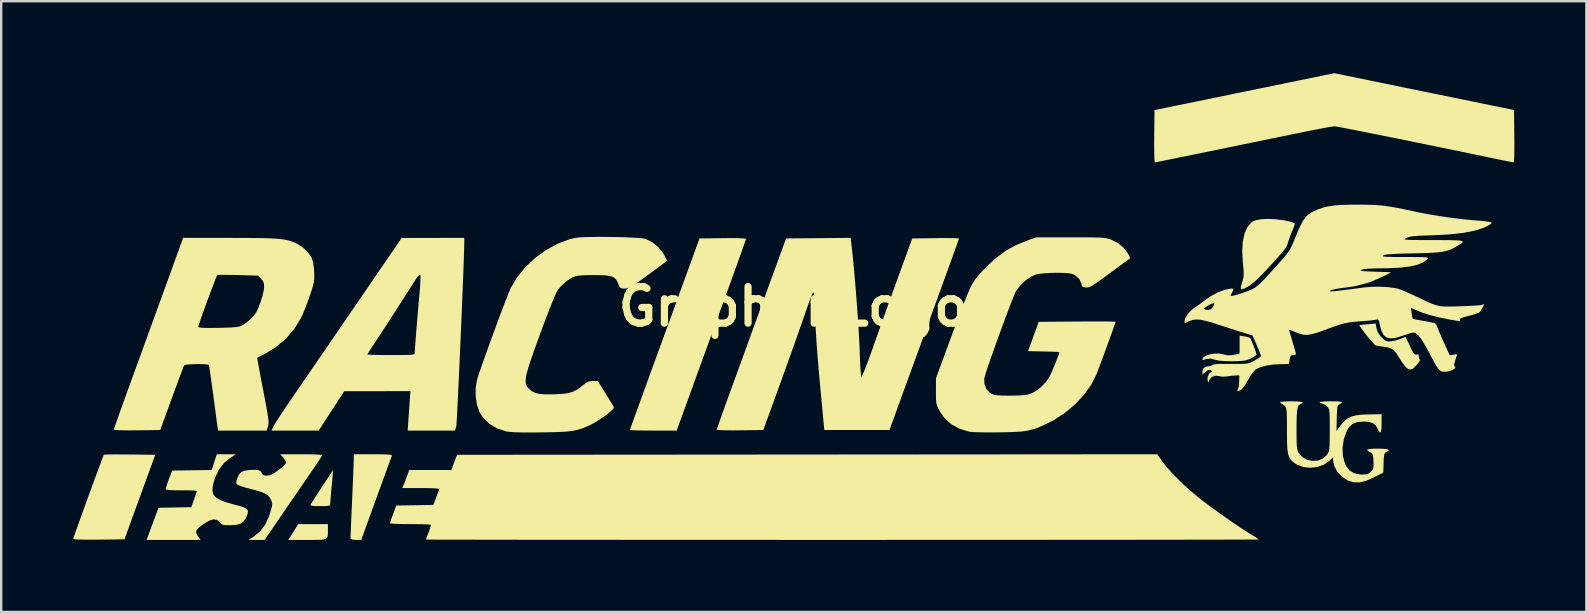
<source format=kicad_pcb>
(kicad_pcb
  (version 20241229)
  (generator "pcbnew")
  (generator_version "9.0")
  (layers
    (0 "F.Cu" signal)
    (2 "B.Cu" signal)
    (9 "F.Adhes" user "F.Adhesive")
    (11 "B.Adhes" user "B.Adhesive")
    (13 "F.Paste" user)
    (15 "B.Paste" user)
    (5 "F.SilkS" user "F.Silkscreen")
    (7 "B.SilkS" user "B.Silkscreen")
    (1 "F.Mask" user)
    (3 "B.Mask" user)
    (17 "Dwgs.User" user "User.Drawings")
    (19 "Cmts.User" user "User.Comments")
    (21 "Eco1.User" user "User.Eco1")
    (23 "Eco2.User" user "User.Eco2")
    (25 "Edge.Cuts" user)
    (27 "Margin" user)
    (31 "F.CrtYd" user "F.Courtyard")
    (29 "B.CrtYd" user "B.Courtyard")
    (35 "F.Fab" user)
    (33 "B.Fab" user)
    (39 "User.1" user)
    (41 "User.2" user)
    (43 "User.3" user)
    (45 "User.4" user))
  (footprint "GryphonLogo"
    (layer "F.Cu")
    (at 30.001 9.724)
    (property "Reference" "GryphonLogo" (at 0 0 0) (layer "F.SilkS") (effects (font (size 1.524 1.524) (thickness 0.3))))
    (attr board_only exclude_from_pos_files exclude_from_bom)
    (fp_poly (pts (xy -19.391 9.284) (xy -19.391 9.438) (xy -19.398 9.551) (xy -19.425 9.629) (xy -19.485 9.678) (xy -19.591 9.705) (xy -19.754 9.717) (xy -19.987 9.719) (xy -20.246 9.719) (xy -21.043 9.719) (xy -20.943 9.566) (xy -20.85 9.421) (xy -20.752 9.261) (xy -20.738 9.238) (xy -20.635 9.062) (xy -20.012 9.062) (xy -19.39 9.061)) (stroke (width 0) (type solid)) (fill yes) (layer "F.SilkS"))
    (fp_poly (pts (xy -19.18 6.868) (xy -19.189 6.992) (xy -19.204 7.175) (xy -19.225 7.4) (xy -19.231 7.465) (xy -19.253 7.708) (xy -19.272 7.924) (xy -19.286 8.094) (xy -19.293 8.194) (xy -19.293 8.205) (xy -19.3 8.254) (xy -19.328 8.286) (xy -19.395 8.302) (xy -19.52 8.309) (xy -19.721 8.31) (xy -19.721 8.31) (xy -19.925 8.308) (xy -20.048 8.299) (xy -20.106 8.281) (xy -20.112 8.253) (xy -20.109 8.246) (xy -20.054 8.157) (xy -19.964 8.015) (xy -19.85 7.838) (xy -19.721 7.639) (xy -19.587 7.433) (xy -19.457 7.235) (xy -19.342 7.06) (xy -19.251 6.923) (xy -19.194 6.839) (xy -19.178 6.82)) (stroke (width 0) (type solid)) (fill yes) (layer "F.SilkS"))
    (fp_poly (pts (xy -27.799 6.16) (xy -27.642 6.161) (xy -26.584 6.174) (xy -27.225 7.935) (xy -27.866 9.695) (xy -28.934 9.708) (xy -29.267 9.71) (xy -29.55 9.708) (xy -29.772 9.703) (xy -29.925 9.694) (xy -29.997 9.682) (xy -30.001 9.677) (xy -29.986 9.625) (xy -29.942 9.496) (xy -29.874 9.303) (xy -29.786 9.056) (xy -29.683 8.769) (xy -29.568 8.452) (xy -29.446 8.116) (xy -29.322 7.774) (xy -29.198 7.437) (xy -29.081 7.117) (xy -28.973 6.825) (xy -28.879 6.573) (xy -28.803 6.373) (xy -28.75 6.236) (xy -28.724 6.173) (xy -28.723 6.171) (xy -28.671 6.165) (xy -28.54 6.161) (xy -28.341 6.158) (xy -28.09 6.158)) (stroke (width 0) (type solid)) (fill yes) (layer "F.SilkS"))
    (fp_poly (pts (xy -17.203 6.152) (xy -16.983 6.157) (xy -16.837 6.166) (xy -16.754 6.181) (xy -16.726 6.201) (xy -16.726 6.209) (xy -16.747 6.265) (xy -16.796 6.399) (xy -16.869 6.602) (xy -16.964 6.863) (xy -17.077 7.174) (xy -17.204 7.522) (xy -17.341 7.9) (xy -17.375 7.993) (xy -18.001 9.719) (xy -18.226 9.719) (xy -18.382 9.707) (xy -18.448 9.672) (xy -18.451 9.66) (xy -18.448 9.6) (xy -18.442 9.459) (xy -18.433 9.246) (xy -18.422 8.974) (xy -18.408 8.654) (xy -18.392 8.298) (xy -18.381 8.052) (xy -18.365 7.672) (xy -18.349 7.314) (xy -18.336 6.993) (xy -18.325 6.719) (xy -18.317 6.507) (xy -18.312 6.369) (xy -18.312 6.327) (xy -18.311 6.15) (xy -17.507 6.15)) (stroke (width 0) (type solid)) (fill yes) (layer "F.SilkS"))
    (fp_poly (pts (xy 18.792 1.241) (xy 18.923 1.268) (xy 19.012 1.298) (xy 19.026 1.307) (xy 19.062 1.37) (xy 19.117 1.492) (xy 19.179 1.644) (xy 19.237 1.799) (xy 19.28 1.926) (xy 19.296 1.996) (xy 19.257 2.044) (xy 19.156 2.111) (xy 19.061 2.16) (xy 18.943 2.21) (xy 18.824 2.242) (xy 18.682 2.261) (xy 18.49 2.271) (xy 18.28 2.274) (xy 17.999 2.27) (xy 17.776 2.254) (xy 17.626 2.229) (xy 17.594 2.218) (xy 17.378 2.164) (xy 17.185 2.186) (xy 17.134 2.208) (xy 17.063 2.233) (xy 17.043 2.192) (xy 17.043 2.186) (xy 17.086 2.107) (xy 17.2 2.039) (xy 17.361 1.988) (xy 17.548 1.958) (xy 17.736 1.955) (xy 17.903 1.984) (xy 17.918 1.989) (xy 18.077 2.029) (xy 18.242 2.025) (xy 18.349 2.008) (xy 18.592 1.959) (xy 18.592 1.209)) (stroke (width 0) (type solid)) (fill yes) (layer "F.SilkS"))
    (fp_poly (pts (xy 20.069 -3.642) (xy 20.396 -3.602) (xy 20.442 -3.594) (xy 20.678 -3.545) (xy 20.829 -3.5) (xy 20.891 -3.459) (xy 20.893 -3.452) (xy 20.875 -3.379) (xy 20.828 -3.252) (xy 20.779 -3.135) (xy 20.704 -2.952) (xy 20.638 -2.765) (xy 20.61 -2.674) (xy 20.588 -2.599) (xy 20.56 -2.529) (xy 20.517 -2.454) (xy 20.453 -2.363) (xy 20.358 -2.248) (xy 20.226 -2.097) (xy 20.049 -1.9) (xy 19.818 -1.649) (xy 19.721 -1.545) (xy 19.433 -1.243) (xy 19.196 -1.02) (xy 19.01 -0.874) (xy 18.947 -0.836) (xy 18.777 -0.749) (xy 18.677 -0.716) (xy 18.638 -0.744) (xy 18.648 -0.84) (xy 18.694 -0.998) (xy 18.733 -1.133) (xy 18.756 -1.249) (xy 18.764 -1.372) (xy 18.758 -1.529) (xy 18.738 -1.744) (xy 18.728 -1.836) (xy 18.701 -2.305) (xy 18.726 -2.712) (xy 18.8 -3.054) (xy 18.924 -3.324) (xy 19.095 -3.519) (xy 19.113 -3.533) (xy 19.263 -3.599) (xy 19.484 -3.64) (xy 19.759 -3.655)) (stroke (width 0) (type solid)) (fill yes) (layer "F.SilkS"))
    (fp_poly (pts (xy -2.322 -2.853) (xy -2.122 -2.845) (xy -2.003 -2.833) (xy -1.972 -2.82) (xy -1.988 -2.769) (xy -2.033 -2.637) (xy -2.104 -2.434) (xy -2.199 -2.166) (xy -2.315 -1.843) (xy -2.448 -1.473) (xy -2.597 -1.062) (xy -2.757 -0.621) (xy -2.867 -0.319) (xy -3.056 0.201) (xy -3.255 0.746) (xy -3.456 1.3) (xy -3.654 1.845) (xy -3.844 2.368) (xy -4.02 2.85) (xy -4.175 3.278) (xy -4.304 3.633) (xy -4.31 3.65) (xy -4.859 5.164) (xy -5.834 5.164) (xy -6.125 5.163) (xy -6.381 5.16) (xy -6.589 5.155) (xy -6.734 5.149) (xy -6.804 5.142) (xy -6.808 5.139) (xy -6.792 5.092) (xy -6.747 4.964) (xy -6.675 4.764) (xy -6.58 4.499) (xy -6.464 4.177) (xy -6.329 3.806) (xy -6.18 3.394) (xy -6.017 2.949) (xy -5.87 2.545) (xy -5.679 2.021) (xy -5.481 1.479) (xy -5.282 0.933) (xy -5.087 0.398) (xy -4.902 -0.111) (xy -4.731 -0.581) (xy -4.58 -0.995) (xy -4.454 -1.341) (xy -4.421 -1.432) (xy -3.909 -2.84) (xy -2.941 -2.853) (xy -2.597 -2.856)) (stroke (width 0) (type solid)) (fill yes) (layer "F.SilkS"))
    (fp_poly (pts (xy 24.292 0.9) (xy 24.349 1.073) (xy 24.47 1.239) (xy 24.511 1.281) (xy 24.623 1.388) (xy 24.709 1.44) (xy 24.805 1.452) (xy 24.923 1.442) (xy 25.103 1.407) (xy 25.277 1.352) (xy 25.321 1.333) (xy 25.432 1.286) (xy 25.5 1.269) (xy 25.509 1.271) (xy 25.534 1.32) (xy 25.59 1.433) (xy 25.664 1.59) (xy 25.696 1.658) (xy 25.783 1.837) (xy 25.846 1.944) (xy 25.896 1.993) (xy 25.946 2) (xy 25.963 1.996) (xy 26.033 1.989) (xy 26.056 2.048) (xy 26.057 2.086) (xy 26.074 2.176) (xy 26.107 2.207) (xy 26.106 2.239) (xy 26.054 2.322) (xy 25.979 2.418) (xy 25.851 2.555) (xy 25.747 2.617) (xy 25.649 2.611) (xy 25.558 2.561) (xy 25.488 2.489) (xy 25.391 2.361) (xy 25.284 2.2) (xy 25.258 2.158) (xy 25.13 1.957) (xy 25.02 1.824) (xy 24.906 1.743) (xy 24.766 1.698) (xy 24.594 1.672) (xy 24.434 1.652) (xy 24.306 1.629) (xy 24.255 1.615) (xy 24.206 1.573) (xy 24.119 1.478) (xy 24.007 1.347) (xy 23.885 1.198) (xy 23.768 1.049) (xy 23.668 0.917) (xy 23.6 0.82) (xy 23.579 0.775) (xy 23.58 0.774) (xy 23.629 0.765) (xy 23.748 0.752) (xy 23.91 0.736) (xy 23.927 0.734) (xy 24.261 0.705)) (stroke (width 0) (type solid)) (fill yes) (layer "F.SilkS"))
    (fp_poly (pts (xy -23.432 6.284) (xy -23.714 6.509) (xy -23.931 6.79) (xy -24.094 7.141) (xy -24.111 7.19) (xy -24.183 7.446) (xy -24.203 7.651) (xy -24.165 7.814) (xy -24.062 7.946) (xy -23.886 8.056) (xy -23.63 8.153) (xy -23.321 8.239) (xy -23.059 8.308) (xy -22.878 8.369) (xy -22.769 8.432) (xy -22.722 8.507) (xy -22.728 8.605) (xy -22.775 8.736) (xy -22.799 8.79) (xy -22.892 8.941) (xy -23.022 9.039) (xy -23.205 9.092) (xy -23.459 9.108) (xy -23.469 9.108) (xy -23.646 9.105) (xy -23.757 9.09) (xy -23.828 9.054) (xy -23.889 8.991) (xy -23.897 8.982) (xy -24.013 8.885) (xy -24.156 8.863) (xy -24.334 8.917) (xy -24.554 9.048) (xy -24.616 9.092) (xy -24.775 9.217) (xy -24.862 9.313) (xy -24.882 9.402) (xy -24.844 9.502) (xy -24.785 9.59) (xy -24.693 9.719) (xy -26.943 9.719) (xy -26.809 9.355) (xy -26.727 9.131) (xy -26.638 8.891) (xy -26.562 8.687) (xy -26.562 8.686) (xy -26.447 8.381) (xy -25.079 8.355) (xy -24.986 8.086) (xy -24.931 7.927) (xy -24.883 7.795) (xy -24.86 7.735) (xy -24.853 7.703) (xy -24.873 7.68) (xy -24.933 7.666) (xy -25.046 7.657) (xy -25.226 7.654) (xy -25.487 7.653) (xy -25.489 7.653) (xy -25.766 7.651) (xy -25.96 7.644) (xy -26.081 7.631) (xy -26.139 7.611) (xy -26.148 7.594) (xy -26.131 7.525) (xy -26.089 7.393) (xy -26.029 7.225) (xy -26.014 7.183) (xy -25.881 6.831) (xy -24.231 6.806) (xy -24.02 6.15) (xy -23.222 6.15)) (stroke (width 0) (type solid)) (fill yes) (layer "F.SilkS"))
    (fp_poly (pts (xy -20.223 6.152) (xy -19.984 6.157) (xy -19.795 6.165) (xy -19.67 6.175) (xy -19.625 6.186) (xy -19.625 6.186) (xy -19.651 6.233) (xy -19.722 6.346) (xy -19.833 6.514) (xy -19.975 6.725) (xy -20.14 6.968) (xy -20.247 7.124) (xy -20.447 7.414) (xy -20.649 7.709) (xy -20.842 7.989) (xy -21.011 8.236) (xy -21.144 8.43) (xy -21.174 8.474) (xy -21.335 8.709) (xy -21.512 8.968) (xy -21.678 9.211) (xy -21.753 9.32) (xy -22.025 9.719) (xy -22.688 9.719) (xy -22.461 9.566) (xy -22.208 9.356) (xy -22.011 9.096) (xy -21.857 8.77) (xy -21.806 8.619) (xy -21.748 8.427) (xy -21.717 8.298) (xy -21.712 8.206) (xy -21.73 8.125) (xy -21.754 8.062) (xy -21.815 7.948) (xy -21.9 7.857) (xy -22.026 7.78) (xy -22.207 7.709) (xy -22.459 7.636) (xy -22.593 7.601) (xy -22.807 7.544) (xy -22.989 7.488) (xy -23.119 7.439) (xy -23.174 7.409) (xy -23.207 7.35) (xy -23.2 7.261) (xy -23.17 7.165) (xy -23.099 7.001) (xy -23.01 6.899) (xy -22.878 6.84) (xy -22.679 6.81) (xy -22.653 6.808) (xy -22.426 6.798) (xy -22.275 6.816) (xy -22.183 6.867) (xy -22.138 6.946) (xy -22.092 7.014) (xy -21.995 7.04) (xy -21.934 7.042) (xy -21.818 7.026) (xy -21.69 6.971) (xy -21.526 6.866) (xy -21.444 6.807) (xy -21.299 6.692) (xy -21.189 6.591) (xy -21.132 6.52) (xy -21.128 6.506) (xy -21.156 6.43) (xy -21.227 6.323) (xy -21.249 6.295) (xy -21.371 6.15) (xy -20.498 6.15)) (stroke (width 0) (type solid)) (fill yes) (layer "F.SilkS"))
    (fp_poly (pts (xy 24.051 -9.414) (xy 24.479 -9.326) (xy 24.933 -9.233) (xy 25.392 -9.139) (xy 25.831 -9.05) (xy 26.227 -8.969) (xy 26.558 -8.901) (xy 26.597 -8.893) (xy 26.958 -8.819) (xy 27.379 -8.733) (xy 27.831 -8.64) (xy 28.282 -8.548) (xy 28.701 -8.462) (xy 28.827 -8.436) (xy 30.025 -8.19) (xy 30.037 -7.1) (xy 30.039 -6.765) (xy 30.038 -6.479) (xy 30.032 -6.252) (xy 30.024 -6.094) (xy 30.012 -6.016) (xy 30.007 -6.01) (xy 29.95 -6.019) (xy 29.815 -6.045) (xy 29.617 -6.084) (xy 29.368 -6.135) (xy 29.083 -6.194) (xy 28.961 -6.219) (xy 28.381 -6.34) (xy 27.79 -6.463) (xy 27.197 -6.585) (xy 26.608 -6.706) (xy 26.032 -6.824) (xy 25.475 -6.937) (xy 24.944 -7.045) (xy 24.448 -7.145) (xy 23.993 -7.236) (xy 23.587 -7.317) (xy 23.237 -7.386) (xy 22.951 -7.441) (xy 22.736 -7.481) (xy 22.599 -7.506) (xy 22.551 -7.512) (xy 22.467 -7.503) (xy 22.31 -7.478) (xy 22.095 -7.44) (xy 21.842 -7.392) (xy 21.628 -7.349) (xy 21.471 -7.318) (xy 21.311 -7.285) (xy 21.14 -7.25) (xy 20.952 -7.212) (xy 20.741 -7.169) (xy 20.499 -7.119) (xy 20.22 -7.062) (xy 19.898 -6.996) (xy 19.525 -6.92) (xy 19.096 -6.831) (xy 18.602 -6.73) (xy 18.039 -6.614) (xy 17.398 -6.482) (xy 16.674 -6.334) (xy 16.482 -6.294) (xy 16.133 -6.223) (xy 15.815 -6.158) (xy 15.537 -6.102) (xy 15.313 -6.057) (xy 15.153 -6.026) (xy 15.07 -6.011) (xy 15.061 -6.01) (xy 15.05 -6.054) (xy 15.042 -6.18) (xy 15.036 -6.373) (xy 15.033 -6.622) (xy 15.033 -6.911) (xy 15.035 -7.099) (xy 15.048 -8.188) (xy 15.658 -8.313) (xy 15.81 -8.344) (xy 16.044 -8.392) (xy 16.351 -8.455) (xy 16.722 -8.531) (xy 17.146 -8.618) (xy 17.615 -8.714) (xy 18.118 -8.818) (xy 18.647 -8.926) (xy 19.192 -9.038) (xy 19.403 -9.081) (xy 22.537 -9.724)) (stroke (width 0) (type solid)) (fill yes) (layer "F.SilkS"))
    (fp_poly (pts (xy -13.708 -2.735) (xy -13.709 -2.615) (xy -13.714 -2.415) (xy -13.722 -2.144) (xy -13.734 -1.811) (xy -13.748 -1.424) (xy -13.765 -0.992) (xy -13.784 -0.524) (xy -13.804 -0.028) (xy -13.825 0.486) (xy -13.848 1.011) (xy -13.871 1.538) (xy -13.894 2.058) (xy -13.916 2.562) (xy -13.938 3.041) (xy -13.959 3.488) (xy -13.979 3.893) (xy -13.997 4.247) (xy -14.012 4.543) (xy -14.025 4.77) (xy -14.036 4.922) (xy -14.043 4.988) (xy -14.043 4.988) (xy -14.089 5.165) (xy -16.067 5.165) (xy -16.037 4.73) (xy -16.019 4.474) (xy -16 4.194) (xy -15.982 3.944) (xy -15.98 3.909) (xy -15.952 3.521) (xy -18.71 3.525) (xy -19.243 4.345) (xy -19.776 5.165) (xy -21.739 5.165) (xy -21.674 5.012) (xy -21.631 4.935) (xy -21.542 4.793) (xy -21.414 4.595) (xy -21.255 4.354) (xy -21.07 4.079) (xy -20.868 3.783) (xy -20.802 3.686) (xy -20.632 3.438) (xy -20.416 3.123) (xy -20.161 2.752) (xy -19.875 2.334) (xy -19.641 1.994) (xy -17.747 1.994) (xy -17.702 2.001) (xy -17.578 2.008) (xy -17.386 2.013) (xy -17.142 2.017) (xy -16.859 2.019) (xy -16.761 2.019) (xy -16.432 2.018) (xy -16.185 2.016) (xy -16.008 2.011) (xy -15.89 2.002) (xy -15.82 1.989) (xy -15.786 1.97) (xy -15.775 1.945) (xy -15.775 1.939) (xy -15.771 1.861) (xy -15.761 1.704) (xy -15.744 1.483) (xy -15.723 1.211) (xy -15.698 0.904) (xy -15.671 0.575) (xy -15.643 0.24) (xy -15.615 -0.088) (xy -15.588 -0.393) (xy -15.568 -0.61) (xy -15.549 -0.855) (xy -15.537 -1.066) (xy -15.533 -1.226) (xy -15.537 -1.318) (xy -15.542 -1.331) (xy -15.584 -1.316) (xy -15.656 -1.237) (xy -15.74 -1.12) (xy -15.812 -1.007) (xy -15.925 -0.831) (xy -16.07 -0.605) (xy -16.236 -0.346) (xy -16.414 -0.068) (xy -16.503 0.07) (xy -16.696 0.371) (xy -16.894 0.677) (xy -17.084 0.97) (xy -17.254 1.23) (xy -17.39 1.436) (xy -17.426 1.489) (xy -17.549 1.675) (xy -17.65 1.831) (xy -17.72 1.943) (xy -17.747 1.993) (xy -17.747 1.994) (xy -19.641 1.994) (xy -19.564 1.881) (xy -19.236 1.403) (xy -18.898 0.909) (xy -18.556 0.411) (xy -18.219 -0.081) (xy -18.155 -0.175) (xy -16.315 -2.861) (xy -13.709 -2.864)) (stroke (width 0) (type solid)) (fill yes) (layer "F.SilkS"))
    (fp_poly (pts (xy 15.375 6.457) (xy 15.569 6.701) (xy 15.823 6.982) (xy 16.121 7.283) (xy 16.448 7.587) (xy 16.786 7.878) (xy 16.855 7.934) (xy 17.081 8.111) (xy 17.361 8.32) (xy 17.676 8.549) (xy 18.009 8.785) (xy 18.338 9.013) (xy 18.646 9.221) (xy 18.913 9.395) (xy 19.073 9.494) (xy 19.222 9.585) (xy 19.334 9.656) (xy 19.388 9.697) (xy 19.39 9.701) (xy 19.344 9.702) (xy 19.207 9.703) (xy 18.983 9.704) (xy 18.674 9.706) (xy 18.285 9.707) (xy 17.818 9.708) (xy 17.277 9.709) (xy 16.665 9.71) (xy 15.985 9.711) (xy 15.24 9.712) (xy 14.435 9.713) (xy 13.571 9.714) (xy 12.653 9.715) (xy 11.684 9.716) (xy 10.666 9.716) (xy 9.603 9.717) (xy 8.499 9.717) (xy 7.357 9.718) (xy 6.18 9.718) (xy 4.97 9.718) (xy 3.733 9.719) (xy 2.47 9.719) (xy 2.042 9.719) (xy 0.772 9.719) (xy -0.475 9.719) (xy -1.694 9.718) (xy -2.882 9.718) (xy -4.037 9.718) (xy -5.154 9.717) (xy -6.231 9.717) (xy -7.264 9.716) (xy -8.25 9.716) (xy -9.186 9.715) (xy -10.068 9.715) (xy -10.893 9.714) (xy -11.658 9.713) (xy -12.36 9.712) (xy -12.995 9.711) (xy -13.56 9.71) (xy -14.052 9.71) (xy -14.468 9.709) (xy -14.804 9.708) (xy -15.057 9.707) (xy -15.223 9.706) (xy -15.301 9.704) (xy -15.306 9.704) (xy -15.29 9.656) (xy -15.249 9.546) (xy -15.193 9.402) (xy -15.139 9.252) (xy -15.109 9.139) (xy -15.107 9.088) (xy -15.16 9.079) (xy -15.292 9.072) (xy -15.487 9.066) (xy -15.729 9.062) (xy -15.971 9.061) (xy -16.239 9.059) (xy -16.472 9.054) (xy -16.653 9.046) (xy -16.77 9.036) (xy -16.806 9.026) (xy -16.789 8.968) (xy -16.748 8.846) (xy -16.69 8.683) (xy -16.673 8.639) (xy -16.543 8.287) (xy -15.768 8.274) (xy -14.994 8.261) (xy -14.88 7.947) (xy -14.821 7.787) (xy -14.775 7.662) (xy -14.751 7.597) (xy -14.75 7.596) (xy -14.789 7.584) (xy -14.907 7.573) (xy -15.089 7.565) (xy -15.319 7.56) (xy -15.511 7.559) (xy -16.287 7.559) (xy -16.226 7.406) (xy -16.173 7.267) (xy -16.108 7.096) (xy -16.084 7.031) (xy -16.002 6.808) (xy -14.247 6.808) (xy -14.13 6.491) (xy -14.012 6.174) (xy 15.157 6.15)) (stroke (width 0) (type solid)) (fill yes) (layer "F.SilkS"))
    (fp_poly (pts (xy 2.414 -2.642) (xy 2.45 -2.338) (xy 2.489 -1.959) (xy 2.53 -1.522) (xy 2.572 -1.044) (xy 2.613 -0.544) (xy 2.652 -0.04) (xy 2.687 0.451) (xy 2.717 0.911) (xy 2.741 1.321) (xy 2.758 1.665) (xy 2.762 1.796) (xy 2.774 2.155) (xy 2.788 2.455) (xy 2.803 2.688) (xy 2.82 2.845) (xy 2.836 2.919) (xy 2.84 2.923) (xy 2.867 2.883) (xy 2.92 2.766) (xy 2.995 2.581) (xy 3.087 2.34) (xy 3.193 2.054) (xy 3.308 1.734) (xy 3.34 1.643) (xy 3.472 1.267) (xy 3.629 0.826) (xy 3.8 0.345) (xy 3.978 -0.153) (xy 4.155 -0.643) (xy 4.321 -1.102) (xy 4.373 -1.244) (xy 4.953 -2.84) (xy 5.927 -2.853) (xy 6.218 -2.856) (xy 6.475 -2.855) (xy 6.683 -2.853) (xy 6.828 -2.848) (xy 6.898 -2.841) (xy 6.902 -2.838) (xy 6.886 -2.791) (xy 6.841 -2.662) (xy 6.769 -2.46) (xy 6.672 -2.192) (xy 6.554 -1.865) (xy 6.418 -1.486) (xy 6.264 -1.064) (xy 6.098 -0.604) (xy 5.92 -0.115) (xy 5.838 0.109) (xy 5.643 0.645) (xy 5.447 1.184) (xy 5.254 1.713) (xy 5.068 2.222) (xy 4.895 2.7) (xy 4.736 3.135) (xy 4.597 3.516) (xy 4.482 3.832) (xy 4.395 4.072) (xy 4.39 4.085) (xy 4.006 5.141) (xy 1.291 5.141) (xy 1.188 4.061) (xy 1.127 3.41) (xy 1.075 2.841) (xy 1.032 2.341) (xy 0.996 1.898) (xy 0.967 1.5) (xy 0.944 1.137) (xy 0.926 0.794) (xy 0.912 0.461) (xy 0.907 0.316) (xy 0.895 -0.004) (xy 0.88 -0.263) (xy 0.864 -0.455) (xy 0.847 -0.569) (xy 0.832 -0.598) (xy 0.802 -0.551) (xy 0.749 -0.43) (xy 0.68 -0.251) (xy 0.6 -0.03) (xy 0.556 0.096) (xy 0.448 0.411) (xy 0.31 0.805) (xy 0.147 1.269) (xy -0.04 1.794) (xy -0.247 2.371) (xy -0.47 2.991) (xy -0.706 3.644) (xy -0.883 4.132) (xy -1.25 5.141) (xy -2.221 5.154) (xy -2.512 5.156) (xy -2.768 5.154) (xy -2.975 5.149) (xy -3.12 5.141) (xy -3.189 5.13) (xy -3.193 5.127) (xy -3.187 5.105) (xy -3.169 5.049) (xy -3.136 4.957) (xy -3.089 4.823) (xy -3.026 4.646) (xy -2.945 4.421) (xy -2.846 4.144) (xy -2.726 3.813) (xy -2.585 3.424) (xy -2.421 2.973) (xy -2.234 2.457) (xy -2.021 1.872) (xy -1.782 1.215) (xy -1.515 0.483) (xy -1.219 -0.329) (xy -0.893 -1.223) (xy -0.689 -1.784) (xy -0.303 -2.84) (xy 2.385 -2.865)) (stroke (width 0) (type solid)) (fill yes) (layer "F.SilkS"))
    (fp_poly (pts (xy -7.816 -2.904) (xy -7.474 -2.9) (xy -7.139 -2.892) (xy -6.827 -2.881) (xy -6.554 -2.866) (xy -6.335 -2.849) (xy -6.186 -2.829) (xy -6.142 -2.818) (xy -5.879 -2.683) (xy -5.634 -2.485) (xy -5.44 -2.251) (xy -5.39 -2.166) (xy -5.259 -1.915) (xy -5.378 -1.821) (xy -5.455 -1.762) (xy -5.593 -1.66) (xy -5.776 -1.525) (xy -5.989 -1.368) (xy -6.165 -1.24) (xy -6.412 -1.061) (xy -6.598 -0.932) (xy -6.737 -0.844) (xy -6.842 -0.79) (xy -6.927 -0.762) (xy -7.005 -0.753) (xy -7.024 -0.752) (xy -7.145 -0.758) (xy -7.215 -0.792) (xy -7.265 -0.879) (xy -7.294 -0.952) (xy -7.352 -1.081) (xy -7.423 -1.175) (xy -7.52 -1.24) (xy -7.66 -1.282) (xy -7.855 -1.304) (xy -8.122 -1.313) (xy -8.317 -1.314) (xy -8.602 -1.311) (xy -8.812 -1.303) (xy -8.965 -1.288) (xy -9.081 -1.263) (xy -9.177 -1.228) (xy -9.182 -1.226) (xy -9.453 -1.06) (xy -9.702 -0.829) (xy -9.828 -0.668) (xy -9.873 -0.583) (xy -9.945 -0.421) (xy -10.04 -0.193) (xy -10.153 0.09) (xy -10.279 0.416) (xy -10.414 0.774) (xy -10.546 1.129) (xy -10.72 1.607) (xy -10.862 2.005) (xy -10.974 2.333) (xy -11.057 2.599) (xy -11.114 2.811) (xy -11.145 2.979) (xy -11.154 3.111) (xy -11.141 3.215) (xy -11.108 3.3) (xy -11.057 3.375) (xy -11.012 3.426) (xy -10.894 3.525) (xy -10.753 3.594) (xy -10.572 3.636) (xy -10.335 3.655) (xy -10.025 3.655) (xy -9.93 3.652) (xy -9.625 3.635) (xy -9.39 3.605) (xy -9.202 3.554) (xy -9.037 3.476) (xy -8.872 3.361) (xy -8.78 3.287) (xy -8.636 3.176) (xy -8.519 3.119) (xy -8.394 3.1) (xy -8.35 3.099) (xy -8.145 3.099) (xy -7.817 3.624) (xy -7.693 3.824) (xy -7.589 3.998) (xy -7.513 4.128) (xy -7.476 4.199) (xy -7.475 4.204) (xy -7.503 4.261) (xy -7.597 4.353) (xy -7.737 4.469) (xy -7.909 4.596) (xy -8.095 4.722) (xy -8.28 4.835) (xy -8.446 4.923) (xy -8.451 4.925) (xy -8.643 5.011) (xy -8.816 5.08) (xy -8.985 5.132) (xy -9.166 5.171) (xy -9.372 5.199) (xy -9.619 5.217) (xy -9.923 5.229) (xy -10.297 5.237) (xy -10.517 5.24) (xy -10.96 5.244) (xy -11.317 5.242) (xy -11.596 5.234) (xy -11.804 5.22) (xy -11.95 5.2) (xy -11.972 5.196) (xy -12.348 5.069) (xy -12.667 4.879) (xy -12.921 4.631) (xy -13.081 4.378) (xy -13.181 4.085) (xy -13.232 3.745) (xy -13.233 3.394) (xy -13.182 3.064) (xy -13.171 3.024) (xy -13.125 2.879) (xy -13.053 2.665) (xy -12.958 2.393) (xy -12.846 2.076) (xy -12.72 1.726) (xy -12.586 1.358) (xy -12.448 0.982) (xy -12.311 0.611) (xy -12.179 0.258) (xy -12.057 -0.064) (xy -11.95 -0.342) (xy -11.863 -0.565) (xy -11.799 -0.72) (xy -11.774 -0.775) (xy -11.503 -1.227) (xy -11.159 -1.648) (xy -10.756 -2.027) (xy -10.31 -2.353) (xy -9.835 -2.615) (xy -9.346 -2.8) (xy -9.085 -2.863) (xy -8.942 -2.881) (xy -8.728 -2.893) (xy -8.459 -2.901) (xy -8.149 -2.905)) (stroke (width 0) (type solid)) (fill yes) (layer "F.SilkS"))
    (fp_poly (pts (xy -23.475 -2.863) (xy -22.942 -2.862) (xy -22.494 -2.859) (xy -22.12 -2.854) (xy -21.811 -2.845) (xy -21.558 -2.831) (xy -21.35 -2.813) (xy -21.179 -2.788) (xy -21.034 -2.757) (xy -20.906 -2.718) (xy -20.785 -2.671) (xy -20.695 -2.631) (xy -20.446 -2.475) (xy -20.226 -2.266) (xy -20.068 -2.034) (xy -20.064 -2.026) (xy -20.006 -1.844) (xy -19.97 -1.581) (xy -19.962 -1.448) (xy -19.957 -1.272) (xy -19.962 -1.127) (xy -19.982 -0.989) (xy -20.022 -0.83) (xy -20.086 -0.625) (xy -20.141 -0.462) (xy -20.232 -0.205) (xy -20.332 0.057) (xy -20.427 0.291) (xy -20.5 0.451) (xy -20.78 0.918) (xy -21.135 1.333) (xy -21.561 1.69) (xy -21.991 1.953) (xy -22.147 2.035) (xy -22.268 2.098) (xy -22.331 2.132) (xy -22.336 2.134) (xy -22.33 2.18) (xy -22.308 2.307) (xy -22.272 2.503) (xy -22.225 2.757) (xy -22.169 3.056) (xy -22.104 3.39) (xy -22.087 3.477) (xy -22.012 3.87) (xy -21.954 4.182) (xy -21.911 4.424) (xy -21.883 4.608) (xy -21.867 4.744) (xy -21.863 4.844) (xy -21.869 4.92) (xy -21.882 4.981) (xy -21.885 4.988) (xy -21.941 5.165) (xy -23.969 5.165) (xy -24.149 3.815) (xy -24.195 3.469) (xy -24.239 3.154) (xy -24.278 2.881) (xy -24.31 2.662) (xy -24.335 2.509) (xy -24.349 2.435) (xy -24.351 2.43) (xy -24.407 2.411) (xy -24.533 2.4) (xy -24.704 2.394) (xy -24.895 2.395) (xy -25.082 2.402) (xy -25.242 2.414) (xy -25.349 2.431) (xy -25.379 2.445) (xy -25.403 2.501) (xy -25.454 2.633) (xy -25.529 2.831) (xy -25.623 3.084) (xy -25.732 3.379) (xy -25.851 3.705) (xy -25.893 3.819) (xy -26.375 5.141) (xy -27.343 5.154) (xy -27.651 5.156) (xy -27.913 5.154) (xy -28.118 5.148) (xy -28.254 5.138) (xy -28.31 5.126) (xy -28.311 5.124) (xy -28.295 5.073) (xy -28.25 4.942) (xy -28.178 4.738) (xy -28.082 4.469) (xy -27.965 4.143) (xy -27.83 3.766) (xy -27.679 3.348) (xy -27.514 2.895) (xy -27.34 2.416) (xy -27.321 2.365) (xy -27.129 1.836) (xy -26.933 1.297) (xy -26.769 0.847) (xy -24.79 0.847) (xy -24.756 0.867) (xy -24.65 0.881) (xy -24.466 0.887) (xy -24.199 0.888) (xy -23.956 0.884) (xy -23.644 0.877) (xy -23.41 0.868) (xy -23.239 0.855) (xy -23.116 0.836) (xy -23.025 0.811) (xy -22.959 0.781) (xy -22.787 0.668) (xy -22.609 0.516) (xy -22.457 0.354) (xy -22.367 0.224) (xy -22.275 0.022) (xy -22.187 -0.215) (xy -22.114 -0.455) (xy -22.064 -0.669) (xy -22.047 -0.809) (xy -22.056 -0.965) (xy -22.1 -1.075) (xy -22.173 -1.161) (xy -22.303 -1.291) (xy -23.129 -1.315) (xy -23.399 -1.321) (xy -23.637 -1.324) (xy -23.826 -1.323) (xy -23.952 -1.319) (xy -23.995 -1.312) (xy -24.021 -1.264) (xy -24.073 -1.141) (xy -24.144 -0.96) (xy -24.23 -0.735) (xy -24.326 -0.481) (xy -24.425 -0.213) (xy -24.522 0.053) (xy -24.612 0.304) (xy -24.689 0.524) (xy -24.747 0.699) (xy -24.782 0.812) (xy -24.79 0.847) (xy -26.769 0.847) (xy -26.737 0.76) (xy -26.548 0.238) (xy -26.368 -0.255) (xy -26.204 -0.708) (xy -26.059 -1.106) (xy -25.939 -1.437) (xy -25.878 -1.607) (xy -25.423 -2.863)) (stroke (width 0) (type solid)) (fill yes) (layer "F.SilkS"))
    (fp_poly (pts (xy 11.96 -2.887) (xy 12.288 -2.885) (xy 12.545 -2.882) (xy 12.743 -2.876) (xy 12.895 -2.866) (xy 13.01 -2.853) (xy 13.102 -2.835) (xy 13.182 -2.812) (xy 13.232 -2.795) (xy 13.509 -2.656) (xy 13.747 -2.466) (xy 13.922 -2.247) (xy 13.946 -2.202) (xy 14.039 -2.02) (xy 13.604 -1.7) (xy 13.268 -1.453) (xy 12.999 -1.255) (xy 12.788 -1.102) (xy 12.626 -0.987) (xy 12.505 -0.906) (xy 12.416 -0.852) (xy 12.349 -0.82) (xy 12.297 -0.804) (xy 12.25 -0.799) (xy 12.202 -0.798) (xy 12.086 -0.807) (xy 12.03 -0.849) (xy 12.001 -0.952) (xy 12 -0.955) (xy 11.92 -1.141) (xy 11.764 -1.29) (xy 11.629 -1.358) (xy 11.503 -1.385) (xy 11.308 -1.402) (xy 11.068 -1.409) (xy 10.808 -1.407) (xy 10.552 -1.396) (xy 10.324 -1.376) (xy 10.148 -1.348) (xy 10.107 -1.338) (xy 9.888 -1.238) (xy 9.66 -1.076) (xy 9.449 -0.874) (xy 9.285 -0.657) (xy 9.274 -0.64) (xy 9.23 -0.547) (xy 9.16 -0.378) (xy 9.068 -0.146) (xy 8.96 0.136) (xy 8.84 0.457) (xy 8.711 0.803) (xy 8.58 1.163) (xy 8.45 1.522) (xy 8.326 1.87) (xy 8.212 2.193) (xy 8.114 2.479) (xy 8.035 2.715) (xy 7.981 2.888) (xy 7.955 2.987) (xy 7.955 2.989) (xy 7.96 3.218) (xy 8.041 3.427) (xy 8.187 3.588) (xy 8.225 3.614) (xy 8.3 3.653) (xy 8.387 3.68) (xy 8.503 3.696) (xy 8.669 3.705) (xy 8.902 3.709) (xy 9.018 3.709) (xy 9.339 3.704) (xy 9.583 3.69) (xy 9.766 3.663) (xy 9.874 3.634) (xy 10.099 3.521) (xy 10.328 3.344) (xy 10.532 3.128) (xy 10.669 2.925) (xy 10.724 2.813) (xy 10.795 2.651) (xy 10.874 2.464) (xy 10.951 2.272) (xy 11.017 2.099) (xy 11.063 1.968) (xy 11.08 1.9) (xy 11.08 1.9) (xy 11.036 1.892) (xy 10.915 1.884) (xy 10.734 1.876) (xy 10.509 1.869) (xy 10.429 1.868) (xy 9.778 1.855) (xy 10.223 0.634) (xy 11.825 0.621) (xy 12.203 0.619) (xy 12.548 0.618) (xy 12.852 0.619) (xy 13.102 0.62) (xy 13.288 0.623) (xy 13.399 0.627) (xy 13.428 0.631) (xy 13.412 0.68) (xy 13.37 0.803) (xy 13.305 0.985) (xy 13.224 1.211) (xy 13.131 1.466) (xy 13.032 1.737) (xy 12.933 2.008) (xy 12.838 2.264) (xy 12.754 2.492) (xy 12.685 2.677) (xy 12.636 2.803) (xy 12.633 2.812) (xy 12.414 3.247) (xy 12.114 3.668) (xy 11.746 4.064) (xy 11.322 4.42) (xy 10.856 4.725) (xy 10.556 4.88) (xy 10.325 4.985) (xy 10.124 5.066) (xy 9.935 5.127) (xy 9.741 5.171) (xy 9.523 5.201) (xy 9.265 5.22) (xy 8.947 5.231) (xy 8.568 5.238) (xy 8.252 5.241) (xy 7.955 5.239) (xy 7.694 5.233) (xy 7.487 5.225) (xy 7.351 5.213) (xy 7.324 5.209) (xy 6.917 5.084) (xy 6.571 4.892) (xy 6.29 4.635) (xy 6.101 4.36) (xy 6.031 4.228) (xy 5.985 4.12) (xy 5.958 4.013) (xy 5.945 3.88) (xy 5.941 3.697) (xy 5.941 3.521) (xy 5.943 2.981) (xy 6.591 1.221) (xy 6.74 0.82) (xy 6.886 0.434) (xy 7.023 0.075) (xy 7.149 -0.245) (xy 7.257 -0.514) (xy 7.343 -0.721) (xy 7.403 -0.853) (xy 7.411 -0.869) (xy 7.53 -1.067) (xy 7.689 -1.276) (xy 7.901 -1.512) (xy 8.052 -1.667) (xy 8.453 -2.034) (xy 8.852 -2.327) (xy 9.272 -2.561) (xy 9.704 -2.739) (xy 10.118 -2.887) (xy 11.55 -2.887)) (stroke (width 0) (type solid)) (fill yes) (layer "F.SilkS"))
    (fp_poly (pts (xy 22.636 3.948) (xy 22.788 3.961) (xy 22.854 3.984) (xy 22.839 4.019) (xy 22.759 4.062) (xy 22.713 4.088) (xy 22.682 4.129) (xy 22.663 4.203) (xy 22.651 4.328) (xy 22.643 4.521) (xy 22.64 4.646) (xy 22.627 5.183) (xy 22.762 4.998) (xy 22.913 4.811) (xy 23.064 4.676) (xy 23.234 4.585) (xy 23.443 4.529) (xy 23.711 4.5) (xy 23.977 4.491) (xy 24.508 4.484) (xy 24.508 4.871) (xy 24.501 5.09) (xy 24.48 5.216) (xy 24.445 5.251) (xy 24.394 5.194) (xy 24.349 5.1) (xy 24.26 4.945) (xy 24.137 4.849) (xy 23.959 4.8) (xy 23.758 4.789) (xy 23.495 4.812) (xy 23.299 4.885) (xy 23.152 5.019) (xy 23.059 5.174) (xy 22.936 5.515) (xy 22.881 5.871) (xy 22.895 6.22) (xy 22.98 6.537) (xy 23.02 6.624) (xy 23.165 6.819) (xy 23.364 6.942) (xy 23.622 6.993) (xy 23.699 6.996) (xy 23.865 6.986) (xy 23.976 6.95) (xy 24.066 6.878) (xy 24.129 6.805) (xy 24.163 6.725) (xy 24.174 6.61) (xy 24.17 6.444) (xy 24.159 6.273) (xy 24.14 6.171) (xy 24.102 6.112) (xy 24.036 6.071) (xy 24.027 6.066) (xy 23.927 6.007) (xy 23.909 5.964) (xy 23.976 5.936) (xy 24.132 5.92) (xy 24.341 5.916) (xy 24.589 5.922) (xy 24.745 5.939) (xy 24.81 5.969) (xy 24.785 6.012) (xy 24.72 6.048) (xy 24.664 6.08) (xy 24.629 6.128) (xy 24.609 6.213) (xy 24.598 6.356) (xy 24.592 6.508) (xy 24.578 6.917) (xy 24.179 7.12) (xy 23.863 7.257) (xy 23.588 7.323) (xy 23.339 7.317) (xy 23.101 7.243) (xy 23.064 7.225) (xy 22.844 7.076) (xy 22.664 6.877) (xy 22.54 6.651) (xy 22.49 6.422) (xy 22.489 6.401) (xy 22.489 6.273) (xy 22.336 6.421) (xy 22.11 6.581) (xy 21.838 6.679) (xy 21.546 6.714) (xy 21.256 6.685) (xy 20.992 6.592) (xy 20.841 6.491) (xy 20.752 6.409) (xy 20.685 6.323) (xy 20.636 6.219) (xy 20.602 6.084) (xy 20.58 5.902) (xy 20.569 5.662) (xy 20.565 5.349) (xy 20.564 5.143) (xy 20.564 4.825) (xy 20.561 4.589) (xy 20.555 4.419) (xy 20.545 4.302) (xy 20.528 4.225) (xy 20.505 4.173) (xy 20.473 4.135) (xy 20.47 4.132) (xy 20.386 4.063) (xy 20.329 4.038) (xy 20.284 4.002) (xy 20.282 3.991) (xy 20.327 3.969) (xy 20.452 3.953) (xy 20.644 3.945) (xy 20.752 3.944) (xy 20.985 3.95) (xy 21.142 3.966) (xy 21.219 3.992) (xy 21.21 4.026) (xy 21.128 4.061) (xy 21.074 4.09) (xy 21.033 4.145) (xy 21.003 4.238) (xy 20.983 4.38) (xy 20.971 4.584) (xy 20.965 4.86) (xy 20.964 5.141) (xy 20.965 5.439) (xy 20.969 5.659) (xy 20.977 5.817) (xy 20.992 5.929) (xy 21.015 6.012) (xy 21.047 6.08) (xy 21.057 6.098) (xy 21.205 6.268) (xy 21.4 6.378) (xy 21.62 6.427) (xy 21.843 6.414) (xy 22.047 6.339) (xy 22.212 6.2) (xy 22.253 6.142) (xy 22.287 6.078) (xy 22.312 6.006) (xy 22.329 5.91) (xy 22.34 5.775) (xy 22.345 5.585) (xy 22.348 5.326) (xy 22.348 5.127) (xy 22.348 4.824) (xy 22.346 4.6) (xy 22.34 4.441) (xy 22.329 4.332) (xy 22.311 4.26) (xy 22.284 4.21) (xy 22.247 4.167) (xy 22.233 4.153) (xy 22.127 4.074) (xy 22.027 4.038) (xy 22.022 4.038) (xy 21.944 4.018) (xy 21.926 3.991) (xy 21.97 3.969) (xy 22.095 3.953) (xy 22.287 3.945) (xy 22.395 3.944)) (stroke (width 0) (type solid)) (fill yes) (layer "F.SilkS"))
    (fp_poly (pts (xy 23.822 -4.246) (xy 24.097 -4.239) (xy 24.342 -4.227) (xy 24.576 -4.205) (xy 24.819 -4.172) (xy 25.089 -4.126) (xy 25.404 -4.064) (xy 25.784 -3.983) (xy 25.963 -3.945) (xy 26.412 -3.856) (xy 26.918 -3.772) (xy 27.444 -3.696) (xy 27.957 -3.634) (xy 28.42 -3.591) (xy 28.484 -3.586) (xy 28.692 -3.569) (xy 28.872 -3.55) (xy 28.998 -3.531) (xy 29.036 -3.522) (xy 29.093 -3.494) (xy 29.081 -3.462) (xy 29.007 -3.41) (xy 28.734 -3.273) (xy 28.371 -3.161) (xy 27.917 -3.074) (xy 27.374 -3.012) (xy 26.741 -2.976) (xy 26.621 -2.972) (xy 26.29 -2.961) (xy 26.038 -2.949) (xy 25.852 -2.935) (xy 25.718 -2.917) (xy 25.62 -2.893) (xy 25.545 -2.862) (xy 25.541 -2.86) (xy 25.494 -2.835) (xy 25.47 -2.815) (xy 25.476 -2.8) (xy 25.523 -2.789) (xy 25.618 -2.782) (xy 25.771 -2.777) (xy 25.991 -2.774) (xy 26.288 -2.773) (xy 26.662 -2.772) (xy 27.062 -2.771) (xy 27.375 -2.769) (xy 27.608 -2.762) (xy 27.767 -2.751) (xy 27.859 -2.732) (xy 27.891 -2.704) (xy 27.87 -2.665) (xy 27.803 -2.614) (xy 27.695 -2.548) (xy 27.63 -2.509) (xy 27.489 -2.431) (xy 27.355 -2.369) (xy 27.214 -2.322) (xy 27.052 -2.287) (xy 26.854 -2.261) (xy 26.607 -2.243) (xy 26.297 -2.23) (xy 25.91 -2.221) (xy 25.823 -2.219) (xy 25.438 -2.21) (xy 25.137 -2.2) (xy 24.91 -2.188) (xy 24.749 -2.174) (xy 24.644 -2.156) (xy 24.585 -2.134) (xy 24.581 -2.131) (xy 24.56 -2.11) (xy 24.574 -2.093) (xy 24.633 -2.081) (xy 24.747 -2.073) (xy 24.925 -2.069) (xy 25.179 -2.066) (xy 25.491 -2.066) (xy 25.821 -2.066) (xy 26.069 -2.064) (xy 26.244 -2.06) (xy 26.357 -2.053) (xy 26.42 -2.042) (xy 26.442 -2.025) (xy 26.435 -2.002) (xy 26.413 -1.976) (xy 26.249 -1.848) (xy 26.01 -1.747) (xy 25.693 -1.673) (xy 25.295 -1.624) (xy 24.811 -1.6) (xy 24.545 -1.597) (xy 24.187 -1.592) (xy 23.919 -1.579) (xy 23.743 -1.556) (xy 23.679 -1.538) (xy 23.638 -1.514) (xy 23.642 -1.497) (xy 23.699 -1.484) (xy 23.82 -1.473) (xy 24.017 -1.463) (xy 24.228 -1.455) (xy 24.907 -1.432) (xy 24.577 -1.259) (xy 24.004 -1.011) (xy 23.401 -0.851) (xy 23.058 -0.801) (xy 22.809 -0.77) (xy 22.601 -0.735) (xy 22.448 -0.698) (xy 22.363 -0.662) (xy 22.354 -0.636) (xy 22.398 -0.632) (xy 22.516 -0.641) (xy 22.71 -0.661) (xy 22.986 -0.694) (xy 23.346 -0.74) (xy 23.795 -0.8) (xy 23.804 -0.801) (xy 24.104 -0.826) (xy 24.435 -0.829) (xy 24.762 -0.812) (xy 25.051 -0.775) (xy 25.188 -0.746) (xy 25.302 -0.707) (xy 25.477 -0.635) (xy 25.691 -0.542) (xy 25.919 -0.436) (xy 25.94 -0.426) (xy 26.238 -0.283) (xy 26.472 -0.175) (xy 26.661 -0.098) (xy 26.825 -0.047) (xy 26.984 -0.017) (xy 27.16 -0.004) (xy 27.371 -0.003) (xy 27.639 -0.009) (xy 27.757 -0.013) (xy 28.031 -0.023) (xy 28.279 -0.035) (xy 28.483 -0.049) (xy 28.624 -0.062) (xy 28.679 -0.072) (xy 28.789 -0.107) (xy 28.693 0.082) (xy 28.643 0.171) (xy 28.59 0.232) (xy 28.513 0.278) (xy 28.389 0.319) (xy 28.197 0.369) (xy 28.169 0.376) (xy 27.957 0.432) (xy 27.828 0.479) (xy 27.77 0.519) (xy 27.767 0.546) (xy 27.78 0.603) (xy 27.776 0.61) (xy 27.725 0.603) (xy 27.604 0.583) (xy 27.434 0.554) (xy 27.343 0.538) (xy 26.916 0.453) (xy 26.513 0.349) (xy 26.16 0.235) (xy 25.977 0.162) (xy 25.731 0.053) (xy 25.76 0.273) (xy 25.779 0.405) (xy 25.795 0.491) (xy 25.8 0.507) (xy 25.848 0.52) (xy 25.969 0.545) (xy 26.144 0.576) (xy 26.295 0.602) (xy 26.513 0.64) (xy 26.655 0.671) (xy 26.74 0.702) (xy 26.785 0.74) (xy 26.808 0.793) (xy 26.811 0.804) (xy 26.843 0.891) (xy 26.905 1.044) (xy 26.989 1.24) (xy 27.087 1.458) (xy 27.095 1.476) (xy 27.346 2.028) (xy 27.5 2.003) (xy 27.604 1.989) (xy 27.653 1.989) (xy 27.654 1.99) (xy 27.64 2.037) (xy 27.605 2.145) (xy 27.577 2.227) (xy 27.534 2.376) (xy 27.534 2.46) (xy 27.554 2.485) (xy 27.58 2.536) (xy 27.535 2.596) (xy 27.438 2.653) (xy 27.308 2.696) (xy 27.173 2.713) (xy 27.083 2.712) (xy 27.01 2.701) (xy 26.946 2.67) (xy 26.882 2.607) (xy 26.808 2.502) (xy 26.716 2.345) (xy 26.597 2.125) (xy 26.461 1.867) (xy 26.295 1.566) (xy 26.155 1.345) (xy 26.036 1.195) (xy 25.93 1.11) (xy 25.831 1.08) (xy 25.822 1.08) (xy 25.739 1.096) (xy 25.598 1.138) (xy 25.43 1.197) (xy 25.42 1.2) (xy 25.125 1.294) (xy 24.893 1.324) (xy 24.717 1.287) (xy 24.588 1.18) (xy 24.497 1) (xy 24.447 0.804) (xy 24.414 0.645) (xy 24.383 0.561) (xy 24.345 0.533) (xy 24.297 0.54) (xy 24.214 0.555) (xy 24.06 0.574) (xy 23.858 0.593) (xy 23.663 0.608) (xy 23.403 0.629) (xy 23.189 0.654) (xy 22.996 0.689) (xy 22.8 0.74) (xy 22.578 0.812) (xy 22.305 0.911) (xy 22.137 0.974) (xy 21.835 1.082) (xy 21.597 1.15) (xy 21.402 1.178) (xy 21.229 1.168) (xy 21.058 1.121) (xy 20.918 1.063) (xy 20.783 1.006) (xy 20.689 0.975) (xy 20.659 0.977) (xy 20.672 1.033) (xy 20.706 1.158) (xy 20.757 1.332) (xy 20.799 1.475) (xy 20.858 1.672) (xy 20.904 1.836) (xy 20.933 1.946) (xy 20.94 1.98) (xy 20.9 2.009) (xy 20.823 2.019) (xy 20.745 2.033) (xy 20.702 2.091) (xy 20.676 2.207) (xy 20.646 2.394) (xy 20.312 2.396) (xy 20.004 2.413) (xy 19.713 2.457) (xy 19.464 2.524) (xy 19.281 2.608) (xy 19.261 2.621) (xy 19.171 2.711) (xy 19.064 2.857) (xy 18.96 3.028) (xy 18.949 3.049) (xy 18.853 3.216) (xy 18.758 3.356) (xy 18.683 3.442) (xy 18.674 3.449) (xy 18.561 3.513) (xy 18.504 3.507) (xy 18.498 3.482) (xy 18.527 3.415) (xy 18.532 3.409) (xy 18.553 3.346) (xy 18.568 3.222) (xy 18.574 3.119) (xy 18.582 2.864) (xy 18.435 2.866) (xy 18.291 2.877) (xy 18.122 2.9) (xy 18.084 2.907) (xy 17.876 2.922) (xy 17.746 2.896) (xy 17.585 2.876) (xy 17.439 2.928) (xy 17.339 3.04) (xy 17.33 3.062) (xy 17.291 3.168) (xy 17.257 3.06) (xy 17.256 2.954) (xy 17.298 2.838) (xy 17.364 2.75) (xy 17.422 2.723) (xy 17.449 2.694) (xy 17.442 2.676) (xy 17.367 2.631) (xy 17.257 2.656) (xy 17.152 2.731) (xy 17.043 2.833) (xy 17.043 2.717) (xy 17.078 2.577) (xy 17.181 2.502) (xy 17.278 2.488) (xy 17.39 2.47) (xy 17.452 2.436) (xy 17.524 2.408) (xy 17.658 2.39) (xy 17.778 2.386) (xy 18.133 2.388) (xy 18.408 2.389) (xy 18.616 2.388) (xy 18.77 2.383) (xy 18.883 2.373) (xy 18.968 2.356) (xy 19.04 2.333) (xy 19.111 2.3) (xy 19.194 2.258) (xy 19.206 2.252) (xy 19.347 2.172) (xy 19.446 2.101) (xy 19.481 2.053) (xy 19.462 1.987) (xy 19.413 1.858) (xy 19.342 1.688) (xy 19.304 1.598) (xy 19.129 1.202) (xy 18.825 1.109) (xy 18.676 1.063) (xy 18.461 0.995) (xy 18.202 0.912) (xy 17.923 0.821) (xy 17.747 0.764) (xy 17.415 0.658) (xy 17.154 0.586) (xy 16.948 0.546) (xy 16.783 0.535) (xy 16.641 0.553) (xy 16.507 0.599) (xy 16.421 0.64) (xy 16.332 0.681) (xy 16.297 0.671) (xy 16.292 0.623) (xy 16.328 0.489) (xy 16.418 0.332) (xy 16.54 0.184) (xy 16.649 0.096) (xy 17.114 0.096) (xy 17.182 0.132) (xy 17.291 0.137) (xy 17.39 0.111) (xy 17.4 0.105) (xy 17.462 0.041) (xy 17.511 -0.043) (xy 17.531 -0.114) (xy 17.512 -0.141) (xy 17.428 -0.12) (xy 17.318 -0.069) (xy 17.21 -0.004) (xy 17.133 0.057) (xy 17.114 0.096) (xy 16.649 0.096) (xy 16.672 0.077) (xy 16.672 0.076) (xy 16.8 -0.008) (xy 16.961 -0.124) (xy 17.092 -0.226) (xy 17.368 -0.422) (xy 17.662 -0.581) (xy 17.951 -0.693) (xy 18.21 -0.747) (xy 18.277 -0.751) (xy 18.329 -0.743) (xy 18.331 -0.703) (xy 18.288 -0.613) (xy 18.239 -0.512) (xy 18.217 -0.455) (xy 18.217 -0.453) (xy 18.257 -0.445) (xy 18.366 -0.464) (xy 18.523 -0.507) (xy 18.71 -0.566) (xy 18.906 -0.638) (xy 18.968 -0.662) (xy 19.086 -0.712) (xy 19.186 -0.761) (xy 19.279 -0.82) (xy 19.377 -0.899) (xy 19.492 -1.008) (xy 19.636 -1.158) (xy 19.822 -1.36) (xy 20.001 -1.556) (xy 20.225 -1.803) (xy 20.396 -1.996) (xy 20.525 -2.149) (xy 20.622 -2.277) (xy 20.697 -2.395) (xy 20.761 -2.518) (xy 20.823 -2.66) (xy 20.895 -2.837) (xy 20.896 -2.84) (xy 21.032 -3.168) (xy 21.149 -3.419) (xy 21.255 -3.608) (xy 21.361 -3.747) (xy 21.474 -3.851) (xy 21.604 -3.933) (xy 21.644 -3.953) (xy 21.858 -4.05) (xy 22.067 -4.124) (xy 22.287 -4.177) (xy 22.535 -4.214) (xy 22.831 -4.236) (xy 23.189 -4.246) (xy 23.499 -4.248)) (stroke (width 0) (type solid)) (fill yes) (layer "F.SilkS")))
  (gr_rect
    (start -3 -3)
    (end 63.04 22.443)
    (stroke (width 0.1) (type default))
    (fill no)
    (layer "Edge.Cuts")))
</source>
